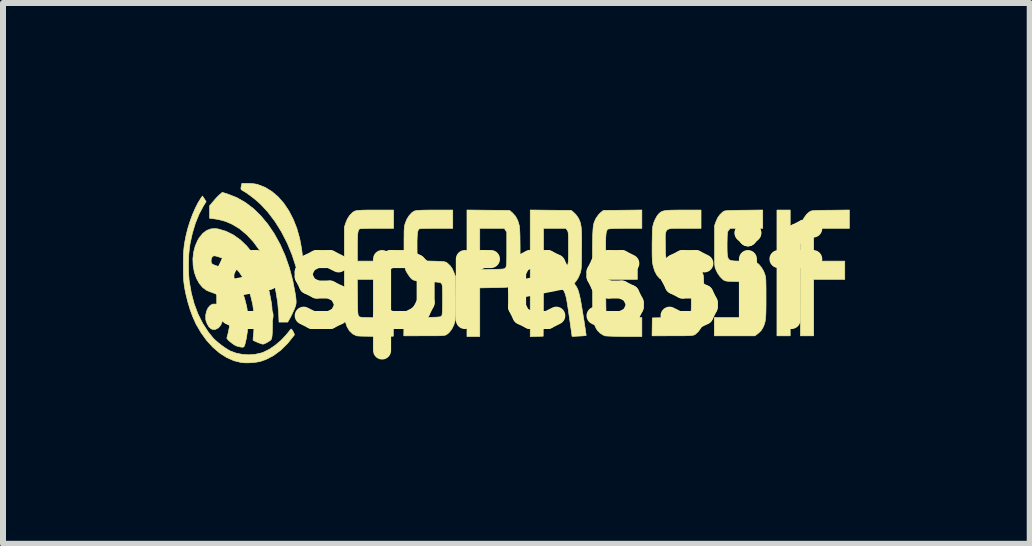
<source format=kicad_pcb>
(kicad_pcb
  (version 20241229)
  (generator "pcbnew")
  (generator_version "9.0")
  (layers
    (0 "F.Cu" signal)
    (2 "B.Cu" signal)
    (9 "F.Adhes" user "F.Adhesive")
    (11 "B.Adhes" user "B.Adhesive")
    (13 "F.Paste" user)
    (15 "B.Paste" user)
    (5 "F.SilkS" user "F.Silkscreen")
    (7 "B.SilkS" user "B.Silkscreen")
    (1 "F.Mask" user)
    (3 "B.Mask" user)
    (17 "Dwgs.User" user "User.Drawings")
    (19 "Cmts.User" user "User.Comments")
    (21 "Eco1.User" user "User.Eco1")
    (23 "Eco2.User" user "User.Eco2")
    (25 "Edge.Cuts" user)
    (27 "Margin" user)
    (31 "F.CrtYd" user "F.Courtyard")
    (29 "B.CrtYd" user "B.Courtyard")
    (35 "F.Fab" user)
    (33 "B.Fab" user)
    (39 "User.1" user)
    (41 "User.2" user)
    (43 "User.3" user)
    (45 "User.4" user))
  (footprint "espressif"
    (layer "F.Cu")
    (at 5.53 1.593)
    (property "Reference" "espressif" (at 0 0 0) (layer "F.SilkS") (effects (font (size 1.524 1.524) (thickness 0.3))))
    (attr through_hole)
    (fp_poly (pts (xy 4.587 0.953) (xy 4.366 0.953) (xy 4.366 -1.143) (xy 4.587 -1.143) (xy 4.587 0.953)) (stroke (width 0.01) (type solid)) (fill yes) (layer "F.SilkS"))
    (fp_poly (pts (xy -4.984 0.424) (xy -4.941 0.447) (xy -4.907 0.487) (xy -4.883 0.539) (xy -4.871 0.597) (xy -4.869 0.659) (xy -4.879 0.719) (xy -4.901 0.773) (xy -4.935 0.815) (xy -4.944 0.822) (xy -4.992 0.847) (xy -5.039 0.846) (xy -5.067 0.833) (xy -5.099 0.802) (xy -5.127 0.755) (xy -5.147 0.703) (xy -5.152 0.676) (xy -5.152 0.605) (xy -5.138 0.541) (xy -5.113 0.487) (xy -5.078 0.447) (xy -5.036 0.424) (xy -4.991 0.423) (xy -4.984 0.424)) (stroke (width 0.01) (type solid)) (fill yes) (layer "F.SilkS"))
    (fp_poly (pts (xy 5.573 -0.838) (xy 5.02 -0.838) (xy 4.999 -0.807) (xy 4.992 -0.796) (xy 4.986 -0.783) (xy 4.983 -0.767) (xy 4.98 -0.741) (xy 4.979 -0.704) (xy 4.978 -0.651) (xy 4.978 -0.578) (xy 4.978 -0.534) (xy 4.978 -0.292) (xy 5.496 -0.292) (xy 5.496 0.013) (xy 4.978 0.013) (xy 4.978 0.953) (xy 4.757 0.953) (xy 4.759 0.041) (xy 4.761 -0.87) (xy 4.782 -0.932) (xy 4.818 -1.014) (xy 4.865 -1.077) (xy 4.899 -1.106) (xy 4.91 -1.114) (xy 4.92 -1.12) (xy 4.932 -1.126) (xy 4.948 -1.13) (xy 4.969 -1.133) (xy 4.997 -1.135) (xy 5.033 -1.137) (xy 5.081 -1.138) (xy 5.14 -1.139) (xy 5.214 -1.14) (xy 5.256 -1.14) (xy 5.573 -1.144) (xy 5.573 -0.838)) (stroke (width 0.01) (type solid)) (fill yes) (layer "F.SilkS"))
    (fp_poly (pts (xy -4.786 -1.41) (xy -4.637 -1.352) (xy -4.494 -1.271) (xy -4.359 -1.169) (xy -4.233 -1.046) (xy -4.116 -0.905) (xy -4.009 -0.747) (xy -3.913 -0.572) (xy -3.829 -0.383) (xy -3.758 -0.18) (xy -3.701 0.036) (xy -3.662 0.241) (xy -3.651 0.313) (xy -3.646 0.366) (xy -3.646 0.409) (xy -3.653 0.447) (xy -3.668 0.488) (xy -3.685 0.528) (xy -3.708 0.578) (xy -3.732 0.628) (xy -3.753 0.667) (xy -3.756 0.671) (xy -3.786 0.724) (xy -3.931 0.724) (xy -3.936 0.594) (xy -3.953 0.395) (xy -3.985 0.202) (xy -4.032 0.017) (xy -4.094 -0.159) (xy -4.169 -0.323) (xy -4.256 -0.474) (xy -4.355 -0.61) (xy -4.464 -0.728) (xy -4.583 -0.828) (xy -4.596 -0.837) (xy -4.709 -0.905) (xy -4.824 -0.955) (xy -4.947 -0.987) (xy -5.014 -0.997) (xy -5.088 -1.006) (xy -5.088 -1.213) (xy -5.025 -1.289) (xy -4.991 -1.328) (xy -4.957 -1.365) (xy -4.927 -1.394) (xy -4.919 -1.401) (xy -4.876 -1.438) (xy -4.786 -1.41)) (stroke (width 0.01) (type solid)) (fill yes) (layer "F.SilkS"))
    (fp_poly (pts (xy -4.403 -1.586) (xy -4.352 -1.581) (xy -4.307 -1.574) (xy -4.284 -1.568) (xy -4.164 -1.522) (xy -4.051 -1.453) (xy -3.947 -1.365) (xy -3.852 -1.257) (xy -3.768 -1.132) (xy -3.695 -0.992) (xy -3.634 -0.838) (xy -3.587 -0.671) (xy -3.554 -0.494) (xy -3.543 -0.401) (xy -3.539 -0.34) (xy -3.536 -0.276) (xy -3.534 -0.213) (xy -3.535 -0.157) (xy -3.537 -0.115) (xy -3.541 -0.093) (xy -3.552 -0.079) (xy -3.573 -0.063) (xy -3.593 -0.053) (xy -3.601 -0.051) (xy -3.606 -0.062) (xy -3.616 -0.092) (xy -3.63 -0.136) (xy -3.645 -0.187) (xy -3.712 -0.394) (xy -3.794 -0.593) (xy -3.89 -0.78) (xy -3.998 -0.953) (xy -4.117 -1.11) (xy -4.222 -1.224) (xy -4.266 -1.266) (xy -4.319 -1.312) (xy -4.375 -1.357) (xy -4.43 -1.398) (xy -4.479 -1.433) (xy -4.515 -1.455) (xy -4.544 -1.471) (xy -4.56 -1.484) (xy -4.566 -1.5) (xy -4.564 -1.522) (xy -4.56 -1.54) (xy -4.55 -1.587) (xy -4.451 -1.587) (xy -4.403 -1.586)) (stroke (width 0.01) (type solid)) (fill yes) (layer "F.SilkS"))
    (fp_poly (pts (xy -0.444 -1.14) (xy -0.089 -1.137) (xy -0.042 -1.097) (xy 0.009 -1.04) (xy 0.048 -0.968) (xy 0.072 -0.886) (xy 0.077 -0.847) (xy 0.081 -0.787) (xy 0.084 -0.712) (xy 0.085 -0.626) (xy 0.086 -0.533) (xy 0.086 -0.438) (xy 0.085 -0.346) (xy 0.083 -0.262) (xy 0.079 -0.189) (xy 0.075 -0.133) (xy 0.071 -0.102) (xy 0.047 -0.03) (xy 0.011 0.037) (xy -0.033 0.092) (xy -0.061 0.116) (xy -0.075 0.125) (xy -0.088 0.132) (xy -0.104 0.137) (xy -0.123 0.141) (xy -0.149 0.144) (xy -0.183 0.146) (xy -0.227 0.148) (xy -0.285 0.149) (xy -0.346 0.15) (xy -0.586 0.154) (xy -0.586 0.965) (xy -0.799 0.965) (xy -0.799 -0.838) (xy -0.586 -0.838) (xy -0.586 -0.151) (xy -0.377 -0.155) (xy -0.312 -0.156) (xy -0.262 -0.157) (xy -0.225 -0.159) (xy -0.199 -0.161) (xy -0.18 -0.165) (xy -0.168 -0.169) (xy -0.161 -0.175) (xy -0.155 -0.183) (xy -0.152 -0.189) (xy -0.147 -0.2) (xy -0.143 -0.215) (xy -0.14 -0.237) (xy -0.138 -0.269) (xy -0.137 -0.315) (xy -0.136 -0.378) (xy -0.136 -0.461) (xy -0.136 -0.497) (xy -0.136 -0.776) (xy -0.157 -0.807) (xy -0.178 -0.838) (xy -0.586 -0.838) (xy -0.799 -0.838) (xy -0.799 -1.144) (xy -0.444 -1.14)) (stroke (width 0.01) (type solid)) (fill yes) (layer "F.SilkS"))
    (fp_poly (pts (xy -2.022 -0.838) (xy -2.297 -0.838) (xy -2.364 -0.838) (xy -2.427 -0.837) (xy -2.481 -0.836) (xy -2.527 -0.835) (xy -2.561 -0.833) (xy -2.582 -0.831) (xy -2.586 -0.83) (xy -2.599 -0.819) (xy -2.609 -0.8) (xy -2.616 -0.77) (xy -2.621 -0.727) (xy -2.623 -0.666) (xy -2.625 -0.585) (xy -2.625 -0.521) (xy -2.625 -0.292) (xy -2.098 -0.292) (xy -2.098 0.013) (xy -2.626 0.013) (xy -2.623 0.303) (xy -2.622 0.398) (xy -2.621 0.47) (xy -2.62 0.523) (xy -2.618 0.561) (xy -2.615 0.587) (xy -2.612 0.604) (xy -2.607 0.616) (xy -2.605 0.621) (xy -2.6 0.628) (xy -2.593 0.634) (xy -2.584 0.638) (xy -2.57 0.642) (xy -2.548 0.645) (xy -2.519 0.647) (xy -2.478 0.648) (xy -2.426 0.649) (xy -2.36 0.65) (xy -2.307 0.651) (xy -2.026 0.654) (xy -2.026 0.959) (xy -2.315 0.961) (xy -2.385 0.961) (xy -2.451 0.96) (xy -2.511 0.959) (xy -2.563 0.958) (xy -2.603 0.956) (xy -2.631 0.953) (xy -2.641 0.952) (xy -2.703 0.921) (xy -2.756 0.871) (xy -2.797 0.802) (xy -2.826 0.718) (xy -2.829 0.703) (xy -2.832 0.687) (xy -2.834 0.667) (xy -2.836 0.641) (xy -2.838 0.608) (xy -2.839 0.564) (xy -2.84 0.509) (xy -2.841 0.439) (xy -2.841 0.354) (xy -2.841 0.25) (xy -2.842 0.126) (xy -2.842 -0.02) (xy -2.842 -0.102) (xy -2.842 -0.857) (xy -2.821 -0.924) (xy -2.792 -0.994) (xy -2.752 -1.056) (xy -2.705 -1.103) (xy -2.676 -1.122) (xy -2.662 -1.127) (xy -2.645 -1.132) (xy -2.624 -1.136) (xy -2.597 -1.138) (xy -2.561 -1.14) (xy -2.515 -1.142) (xy -2.457 -1.143) (xy -2.385 -1.143) (xy -2.327 -1.143) (xy -2.022 -1.143) (xy -2.022 -0.838)) (stroke (width 0.01) (type solid)) (fill yes) (layer "F.SilkS"))
    (fp_poly (pts (xy 2.115 -0.838) (xy 1.837 -0.838) (xy 1.754 -0.837) (xy 1.687 -0.836) (xy 1.634 -0.835) (xy 1.595 -0.832) (xy 1.568 -0.829) (xy 1.551 -0.825) (xy 1.545 -0.822) (xy 1.534 -0.806) (xy 1.526 -0.787) (xy 1.52 -0.76) (xy 1.516 -0.721) (xy 1.513 -0.668) (xy 1.512 -0.596) (xy 1.512 -0.522) (xy 1.512 -0.292) (xy 2.039 -0.292) (xy 2.039 0.013) (xy 1.511 0.013) (xy 1.514 0.303) (xy 1.515 0.398) (xy 1.516 0.47) (xy 1.517 0.523) (xy 1.519 0.561) (xy 1.522 0.587) (xy 1.525 0.604) (xy 1.53 0.616) (xy 1.533 0.621) (xy 1.537 0.628) (xy 1.543 0.634) (xy 1.553 0.639) (xy 1.566 0.642) (xy 1.587 0.644) (xy 1.616 0.646) (xy 1.655 0.647) (xy 1.706 0.647) (xy 1.771 0.648) (xy 1.832 0.648) (xy 2.115 0.648) (xy 2.115 0.965) (xy 1.824 0.964) (xy 1.754 0.963) (xy 1.688 0.962) (xy 1.627 0.96) (xy 1.576 0.958) (xy 1.535 0.956) (xy 1.507 0.954) (xy 1.497 0.952) (xy 1.457 0.933) (xy 1.416 0.904) (xy 1.38 0.868) (xy 1.354 0.832) (xy 1.354 0.831) (xy 1.339 0.796) (xy 1.322 0.751) (xy 1.315 0.73) (xy 1.311 0.716) (xy 1.307 0.702) (xy 1.304 0.686) (xy 1.302 0.665) (xy 1.3 0.639) (xy 1.298 0.603) (xy 1.297 0.557) (xy 1.296 0.498) (xy 1.295 0.424) (xy 1.294 0.333) (xy 1.294 0.222) (xy 1.293 0.09) (xy 1.293 -0.03) (xy 1.292 -0.198) (xy 1.292 -0.344) (xy 1.292 -0.468) (xy 1.293 -0.572) (xy 1.294 -0.659) (xy 1.296 -0.731) (xy 1.299 -0.789) (xy 1.302 -0.835) (xy 1.306 -0.872) (xy 1.311 -0.902) (xy 1.317 -0.926) (xy 1.321 -0.941) (xy 1.353 -1.01) (xy 1.397 -1.07) (xy 1.431 -1.103) (xy 1.474 -1.137) (xy 1.795 -1.14) (xy 2.115 -1.144) (xy 2.115 -0.838)) (stroke (width 0.01) (type solid)) (fill yes) (layer "F.SilkS"))
    (fp_poly (pts (xy -5.176 -1.331) (xy -5.145 -1.284) (xy -5.191 -1.211) (xy -5.263 -1.075) (xy -5.325 -0.922) (xy -5.375 -0.756) (xy -5.413 -0.582) (xy -5.425 -0.496) (xy -5.434 -0.405) (xy -5.438 -0.298) (xy -5.439 -0.184) (xy -5.436 -0.074) (xy -5.429 0.023) (xy -5.425 0.052) (xy -5.392 0.241) (xy -5.344 0.421) (xy -5.281 0.589) (xy -5.203 0.745) (xy -5.112 0.886) (xy -5.032 0.986) (xy -4.996 1.022) (xy -4.949 1.063) (xy -4.896 1.105) (xy -4.841 1.145) (xy -4.789 1.179) (xy -4.745 1.204) (xy -4.743 1.205) (xy -4.646 1.241) (xy -4.541 1.262) (xy -4.431 1.269) (xy -4.324 1.26) (xy -4.222 1.237) (xy -4.192 1.226) (xy -4.094 1.178) (xy -3.995 1.111) (xy -3.899 1.03) (xy -3.812 0.938) (xy -3.772 0.889) (xy -3.751 0.862) (xy -3.735 0.844) (xy -3.729 0.838) (xy -3.718 0.847) (xy -3.704 0.868) (xy -3.689 0.895) (xy -3.678 0.92) (xy -3.674 0.937) (xy -3.675 0.938) (xy -3.785 1.076) (xy -3.901 1.191) (xy -4.022 1.281) (xy -4.149 1.347) (xy -4.231 1.376) (xy -4.285 1.388) (xy -4.351 1.397) (xy -4.422 1.402) (xy -4.491 1.403) (xy -4.553 1.398) (xy -4.563 1.397) (xy -4.684 1.367) (xy -4.804 1.314) (xy -4.921 1.239) (xy -5.033 1.143) (xy -5.137 1.029) (xy -5.232 0.897) (xy -5.317 0.751) (xy -5.32 0.743) (xy -5.366 0.64) (xy -5.411 0.519) (xy -5.45 0.39) (xy -5.482 0.261) (xy -5.498 0.183) (xy -5.507 0.127) (xy -5.514 0.08) (xy -5.519 0.037) (xy -5.522 -0.009) (xy -5.524 -0.063) (xy -5.525 -0.132) (xy -5.525 -0.203) (xy -5.525 -0.311) (xy -5.523 -0.4) (xy -5.518 -0.477) (xy -5.511 -0.547) (xy -5.5 -0.617) (xy -5.485 -0.694) (xy -5.478 -0.728) (xy -5.45 -0.839) (xy -5.414 -0.953) (xy -5.373 -1.066) (xy -5.327 -1.171) (xy -5.281 -1.263) (xy -5.238 -1.333) (xy -5.207 -1.377) (xy -5.176 -1.331)) (stroke (width 0.01) (type solid)) (fill yes) (layer "F.SilkS"))
    (fp_poly (pts (xy 0.597 -1.14) (xy 0.939 -1.137) (xy 0.984 -1.099) (xy 1.016 -1.067) (xy 1.045 -1.027) (xy 1.059 -1.005) (xy 1.075 -0.972) (xy 1.087 -0.94) (xy 1.096 -0.904) (xy 1.103 -0.863) (xy 1.108 -0.812) (xy 1.111 -0.748) (xy 1.112 -0.667) (xy 1.112 -0.567) (xy 1.111 -0.486) (xy 1.11 -0.386) (xy 1.11 -0.309) (xy 1.108 -0.249) (xy 1.107 -0.204) (xy 1.104 -0.171) (xy 1.101 -0.145) (xy 1.097 -0.124) (xy 1.091 -0.103) (xy 1.086 -0.088) (xy 1.058 -0.02) (xy 1.025 0.032) (xy 0.987 0.08) (xy 1.016 0.121) (xy 1.032 0.147) (xy 1.047 0.179) (xy 1.061 0.219) (xy 1.074 0.27) (xy 1.089 0.335) (xy 1.104 0.417) (xy 1.121 0.519) (xy 1.138 0.622) (xy 1.152 0.708) (xy 1.164 0.786) (xy 1.174 0.852) (xy 1.181 0.903) (xy 1.186 0.936) (xy 1.187 0.947) (xy 1.178 0.949) (xy 1.156 0.951) (xy 1.125 0.954) (xy 1.088 0.956) (xy 1.049 0.958) (xy 1.013 0.96) (xy 0.982 0.962) (xy 0.96 0.962) (xy 0.951 0.961) (xy 0.951 0.961) (xy 0.95 0.948) (xy 0.945 0.913) (xy 0.938 0.86) (xy 0.928 0.792) (xy 0.917 0.713) (xy 0.905 0.631) (xy 0.889 0.518) (xy 0.875 0.427) (xy 0.863 0.355) (xy 0.851 0.3) (xy 0.839 0.257) (xy 0.827 0.225) (xy 0.814 0.2) (xy 0.798 0.18) (xy 0.791 0.172) (xy 0.764 0.15) (xy 0.733 0.133) (xy 0.694 0.123) (xy 0.645 0.117) (xy 0.582 0.115) (xy 0.58 0.115) (xy 0.476 0.114) (xy 0.474 0.537) (xy 0.471 0.959) (xy 0.255 0.966) (xy 0.255 -0.838) (xy 0.476 -0.838) (xy 0.476 -0.191) (xy 0.857 -0.191) (xy 0.874 -0.224) (xy 0.88 -0.237) (xy 0.885 -0.252) (xy 0.888 -0.273) (xy 0.89 -0.303) (xy 0.891 -0.347) (xy 0.892 -0.408) (xy 0.892 -0.489) (xy 0.892 -0.517) (xy 0.892 -0.604) (xy 0.892 -0.669) (xy 0.891 -0.717) (xy 0.889 -0.75) (xy 0.886 -0.772) (xy 0.882 -0.787) (xy 0.877 -0.798) (xy 0.871 -0.807) (xy 0.85 -0.838) (xy 0.476 -0.838) (xy 0.255 -0.838) (xy 0.255 -1.144) (xy 0.597 -1.14)) (stroke (width 0.01) (type solid)) (fill yes) (layer "F.SilkS"))
    (fp_poly (pts (xy -4.945 -0.828) (xy -4.815 -0.79) (xy -4.692 -0.729) (xy -4.576 -0.647) (xy -4.469 -0.544) (xy -4.371 -0.424) (xy -4.284 -0.286) (xy -4.208 -0.132) (xy -4.144 0.037) (xy -4.093 0.218) (xy -4.056 0.412) (xy -4.055 0.422) (xy -4.049 0.477) (xy -4.045 0.548) (xy -4.042 0.63) (xy -4.04 0.716) (xy -4.04 0.799) (xy -4.042 0.875) (xy -4.045 0.936) (xy -4.049 0.97) (xy -4.054 0.996) (xy -4.062 1.014) (xy -4.077 1.03) (xy -4.103 1.047) (xy -4.116 1.055) (xy -4.148 1.073) (xy -4.177 1.086) (xy -4.196 1.091) (xy -4.197 1.092) (xy -4.213 1.089) (xy -4.239 1.08) (xy -4.271 1.069) (xy -4.304 1.055) (xy -4.333 1.042) (xy -4.355 1.032) (xy -4.363 1.025) (xy -4.363 1.011) (xy -4.361 0.978) (xy -4.356 0.931) (xy -4.353 0.9) (xy -4.343 0.74) (xy -4.348 0.582) (xy -4.369 0.428) (xy -4.405 0.28) (xy -4.454 0.141) (xy -4.515 0.013) (xy -4.588 -0.101) (xy -4.673 -0.199) (xy -4.767 -0.28) (xy -4.801 -0.302) (xy -4.841 -0.324) (xy -4.887 -0.345) (xy -4.934 -0.362) (xy -4.977 -0.375) (xy -5.01 -0.381) (xy -5.015 -0.381) (xy -5.038 -0.37) (xy -5.055 -0.343) (xy -5.063 -0.307) (xy -5.06 -0.271) (xy -5.051 -0.251) (xy -5.038 -0.241) (xy -5.012 -0.228) (xy -4.979 -0.216) (xy -4.964 -0.211) (xy -4.867 -0.171) (xy -4.776 -0.108) (xy -4.693 -0.025) (xy -4.62 0.075) (xy -4.557 0.191) (xy -4.507 0.32) (xy -4.471 0.459) (xy -4.463 0.505) (xy -4.451 0.62) (xy -4.449 0.746) (xy -4.457 0.873) (xy -4.475 0.994) (xy -4.495 1.08) (xy -4.506 1.117) (xy -4.516 1.135) (xy -4.529 1.141) (xy -4.548 1.142) (xy -4.576 1.138) (xy -4.611 1.13) (xy -4.635 1.123) (xy -4.661 1.112) (xy -4.692 1.092) (xy -4.725 1.068) (xy -4.756 1.043) (xy -4.781 1.019) (xy -4.796 1) (xy -4.8 0.991) (xy -4.796 0.974) (xy -4.788 0.943) (xy -4.782 0.922) (xy -4.76 0.817) (xy -4.753 0.713) (xy -4.761 0.612) (xy -4.783 0.517) (xy -4.818 0.431) (xy -4.865 0.357) (xy -4.923 0.296) (xy -4.991 0.251) (xy -5.055 0.228) (xy -5.133 0.198) (xy -5.202 0.148) (xy -5.26 0.079) (xy -5.307 -0.007) (xy -5.342 -0.108) (xy -5.362 -0.221) (xy -5.366 -0.331) (xy -5.354 -0.44) (xy -5.327 -0.543) (xy -5.286 -0.638) (xy -5.257 -0.686) (xy -5.198 -0.757) (xy -5.134 -0.804) (xy -5.063 -0.83) (xy -4.985 -0.834) (xy -4.945 -0.828)) (stroke (width 0.01) (type solid)) (fill yes) (layer "F.SilkS"))
    (fp_poly (pts (xy 4.129 -0.838) (xy 3.857 -0.838) (xy 3.586 -0.838) (xy 3.562 -0.808) (xy 3.552 -0.795) (xy 3.546 -0.781) (xy 3.541 -0.763) (xy 3.539 -0.735) (xy 3.537 -0.692) (xy 3.536 -0.631) (xy 3.535 -0.602) (xy 3.535 -0.519) (xy 3.536 -0.45) (xy 3.539 -0.4) (xy 3.542 -0.379) (xy 3.548 -0.353) (xy 3.556 -0.333) (xy 3.568 -0.318) (xy 3.586 -0.307) (xy 3.612 -0.3) (xy 3.648 -0.295) (xy 3.696 -0.293) (xy 3.758 -0.292) (xy 3.791 -0.292) (xy 3.858 -0.292) (xy 3.91 -0.29) (xy 3.949 -0.288) (xy 3.979 -0.285) (xy 4.002 -0.279) (xy 4.019 -0.273) (xy 4.021 -0.272) (xy 4.064 -0.239) (xy 4.106 -0.189) (xy 4.142 -0.128) (xy 4.164 -0.073) (xy 4.17 -0.052) (xy 4.175 -0.031) (xy 4.178 -0.008) (xy 4.181 0.021) (xy 4.182 0.06) (xy 4.183 0.112) (xy 4.184 0.181) (xy 4.184 0.27) (xy 4.184 0.318) (xy 4.184 0.43) (xy 4.183 0.52) (xy 4.181 0.592) (xy 4.177 0.649) (xy 4.172 0.694) (xy 4.165 0.73) (xy 4.155 0.762) (xy 4.143 0.793) (xy 4.133 0.815) (xy 4.102 0.865) (xy 4.06 0.906) (xy 4.051 0.913) (xy 3.998 0.953) (xy 3.322 0.953) (xy 3.322 0.648) (xy 3.626 0.648) (xy 3.706 0.648) (xy 3.771 0.647) (xy 3.822 0.647) (xy 3.861 0.646) (xy 3.89 0.644) (xy 3.911 0.642) (xy 3.926 0.639) (xy 3.935 0.634) (xy 3.941 0.629) (xy 3.946 0.622) (xy 3.947 0.621) (xy 3.953 0.609) (xy 3.957 0.592) (xy 3.96 0.568) (xy 3.962 0.53) (xy 3.964 0.477) (xy 3.965 0.404) (xy 3.966 0.368) (xy 3.966 0.271) (xy 3.965 0.197) (xy 3.962 0.142) (xy 3.956 0.104) (xy 3.947 0.079) (xy 3.935 0.064) (xy 3.922 0.058) (xy 3.909 0.056) (xy 3.881 0.054) (xy 3.841 0.052) (xy 3.792 0.05) (xy 3.737 0.048) (xy 3.704 0.048) (xy 3.64 0.047) (xy 3.592 0.045) (xy 3.555 0.044) (xy 3.528 0.041) (xy 3.508 0.037) (xy 3.492 0.031) (xy 3.479 0.024) (xy 3.466 0.014) (xy 3.461 0.01) (xy 3.415 -0.037) (xy 3.372 -0.1) (xy 3.341 -0.168) (xy 3.336 -0.183) (xy 3.333 -0.201) (xy 3.33 -0.226) (xy 3.328 -0.261) (xy 3.327 -0.31) (xy 3.326 -0.374) (xy 3.326 -0.458) (xy 3.326 -0.546) (xy 3.326 -0.883) (xy 3.349 -0.948) (xy 3.379 -1.015) (xy 3.419 -1.07) (xy 3.461 -1.109) (xy 3.47 -1.116) (xy 3.48 -1.122) (xy 3.492 -1.127) (xy 3.509 -1.13) (xy 3.531 -1.133) (xy 3.56 -1.135) (xy 3.599 -1.137) (xy 3.649 -1.138) (xy 3.712 -1.139) (xy 3.79 -1.14) (xy 3.812 -1.14) (xy 4.129 -1.144) (xy 4.129 -0.838)) (stroke (width 0.01) (type solid)) (fill yes) (layer "F.SilkS"))
    (fp_poly (pts (xy -1.036 -0.838) (xy -1.308 -0.838) (xy -1.374 -0.838) (xy -1.436 -0.837) (xy -1.49 -0.836) (xy -1.535 -0.835) (xy -1.569 -0.833) (xy -1.588 -0.831) (xy -1.592 -0.83) (xy -1.606 -0.817) (xy -1.617 -0.795) (xy -1.624 -0.759) (xy -1.628 -0.707) (xy -1.631 -0.635) (xy -1.631 -0.56) (xy -1.631 -0.486) (xy -1.63 -0.434) (xy -1.629 -0.397) (xy -1.626 -0.373) (xy -1.621 -0.355) (xy -1.614 -0.34) (xy -1.611 -0.334) (xy -1.59 -0.298) (xy -1.375 -0.292) (xy -1.308 -0.29) (xy -1.256 -0.288) (xy -1.217 -0.286) (xy -1.187 -0.283) (xy -1.166 -0.279) (xy -1.15 -0.274) (xy -1.137 -0.267) (xy -1.126 -0.259) (xy -1.125 -0.258) (xy -1.078 -0.214) (xy -1.043 -0.163) (xy -1.015 -0.099) (xy -0.99 -0.032) (xy -0.987 0.302) (xy -0.986 0.409) (xy -0.986 0.495) (xy -0.987 0.561) (xy -0.988 0.612) (xy -0.991 0.651) (xy -0.994 0.682) (xy -0.997 0.703) (xy -1.019 0.775) (xy -1.053 0.842) (xy -1.096 0.897) (xy -1.125 0.922) (xy -1.136 0.93) (xy -1.147 0.936) (xy -1.159 0.941) (xy -1.174 0.945) (xy -1.194 0.947) (xy -1.221 0.949) (xy -1.256 0.951) (xy -1.301 0.952) (xy -1.358 0.952) (xy -1.428 0.952) (xy -1.51 0.952) (xy -1.852 0.953) (xy -1.85 0.803) (xy -1.848 0.654) (xy -1.539 0.648) (xy -1.458 0.646) (xy -1.393 0.644) (xy -1.341 0.643) (xy -1.301 0.641) (xy -1.272 0.639) (xy -1.251 0.636) (xy -1.236 0.632) (xy -1.227 0.628) (xy -1.222 0.622) (xy -1.218 0.617) (xy -1.214 0.602) (xy -1.211 0.576) (xy -1.208 0.537) (xy -1.207 0.48) (xy -1.206 0.403) (xy -1.206 0.349) (xy -1.206 0.264) (xy -1.207 0.201) (xy -1.208 0.156) (xy -1.21 0.126) (xy -1.213 0.106) (xy -1.217 0.093) (xy -1.223 0.083) (xy -1.224 0.081) (xy -1.231 0.074) (xy -1.24 0.068) (xy -1.255 0.063) (xy -1.276 0.06) (xy -1.306 0.057) (xy -1.347 0.054) (xy -1.401 0.052) (xy -1.451 0.051) (xy -1.525 0.048) (xy -1.583 0.045) (xy -1.629 0.04) (xy -1.665 0.032) (xy -1.694 0.021) (xy -1.718 0.007) (xy -1.738 -0.013) (xy -1.758 -0.039) (xy -1.775 -0.064) (xy -1.796 -0.096) (xy -1.813 -0.126) (xy -1.825 -0.157) (xy -1.834 -0.193) (xy -1.841 -0.238) (xy -1.845 -0.294) (xy -1.847 -0.365) (xy -1.848 -0.456) (xy -1.848 -0.546) (xy -1.848 -0.643) (xy -1.847 -0.719) (xy -1.847 -0.776) (xy -1.845 -0.819) (xy -1.843 -0.851) (xy -1.84 -0.876) (xy -1.835 -0.897) (xy -1.829 -0.919) (xy -1.827 -0.924) (xy -1.8 -0.992) (xy -1.761 -1.052) (xy -1.717 -1.1) (xy -1.68 -1.124) (xy -1.665 -1.129) (xy -1.645 -1.133) (xy -1.619 -1.137) (xy -1.584 -1.139) (xy -1.54 -1.141) (xy -1.484 -1.142) (xy -1.414 -1.143) (xy -1.336 -1.143) (xy -1.036 -1.143) (xy -1.036 -0.838)) (stroke (width 0.01) (type solid)) (fill yes) (layer "F.SilkS"))
    (fp_poly (pts (xy 3.101 -0.838) (xy 2.825 -0.838) (xy 2.742 -0.839) (xy 2.675 -0.838) (xy 2.622 -0.837) (xy 2.581 -0.832) (xy 2.55 -0.822) (xy 2.529 -0.806) (xy 2.516 -0.782) (xy 2.508 -0.749) (xy 2.505 -0.706) (xy 2.505 -0.651) (xy 2.507 -0.582) (xy 2.507 -0.542) (xy 2.508 -0.472) (xy 2.509 -0.418) (xy 2.513 -0.376) (xy 2.52 -0.345) (xy 2.533 -0.323) (xy 2.554 -0.309) (xy 2.585 -0.301) (xy 2.626 -0.296) (xy 2.681 -0.294) (xy 2.75 -0.292) (xy 2.763 -0.292) (xy 2.829 -0.29) (xy 2.881 -0.288) (xy 2.92 -0.286) (xy 2.95 -0.283) (xy 2.971 -0.279) (xy 2.987 -0.274) (xy 3 -0.267) (xy 3.013 -0.258) (xy 3.016 -0.256) (xy 3.07 -0.202) (xy 3.111 -0.133) (xy 3.127 -0.091) (xy 3.133 -0.074) (xy 3.138 -0.056) (xy 3.141 -0.037) (xy 3.144 -0.011) (xy 3.145 0.023) (xy 3.146 0.069) (xy 3.147 0.131) (xy 3.147 0.211) (xy 3.147 0.313) (xy 3.147 0.337) (xy 3.147 0.443) (xy 3.147 0.528) (xy 3.147 0.593) (xy 3.145 0.642) (xy 3.144 0.679) (xy 3.141 0.705) (xy 3.138 0.725) (xy 3.134 0.741) (xy 3.129 0.756) (xy 3.098 0.822) (xy 3.056 0.881) (xy 3.01 0.924) (xy 3.007 0.926) (xy 2.997 0.933) (xy 2.986 0.938) (xy 2.972 0.942) (xy 2.955 0.945) (xy 2.931 0.948) (xy 2.9 0.95) (xy 2.859 0.951) (xy 2.808 0.952) (xy 2.743 0.952) (xy 2.664 0.952) (xy 2.627 0.952) (xy 2.285 0.953) (xy 2.289 0.654) (xy 2.598 0.648) (xy 2.679 0.646) (xy 2.744 0.644) (xy 2.796 0.643) (xy 2.836 0.641) (xy 2.865 0.639) (xy 2.887 0.636) (xy 2.901 0.632) (xy 2.91 0.628) (xy 2.915 0.622) (xy 2.919 0.617) (xy 2.927 0.597) (xy 2.932 0.57) (xy 2.936 0.535) (xy 2.938 0.485) (xy 2.939 0.419) (xy 2.938 0.332) (xy 2.938 0.315) (xy 2.937 0.239) (xy 2.935 0.185) (xy 2.933 0.147) (xy 2.93 0.122) (xy 2.925 0.104) (xy 2.919 0.091) (xy 2.914 0.084) (xy 2.894 0.051) (xy 2.706 0.051) (xy 2.629 0.05) (xy 2.567 0.048) (xy 2.52 0.044) (xy 2.487 0.038) (xy 2.474 0.034) (xy 2.415 -0.002) (xy 2.366 -0.057) (xy 2.327 -0.131) (xy 2.301 -0.222) (xy 2.297 -0.243) (xy 2.292 -0.276) (xy 2.289 -0.315) (xy 2.287 -0.362) (xy 2.286 -0.422) (xy 2.286 -0.5) (xy 2.286 -0.59) (xy 2.288 -0.679) (xy 2.289 -0.747) (xy 2.29 -0.798) (xy 2.293 -0.835) (xy 2.296 -0.864) (xy 2.301 -0.887) (xy 2.307 -0.91) (xy 2.313 -0.93) (xy 2.333 -0.979) (xy 2.359 -1.028) (xy 2.374 -1.052) (xy 2.392 -1.074) (xy 2.409 -1.092) (xy 2.428 -1.107) (xy 2.449 -1.119) (xy 2.475 -1.128) (xy 2.508 -1.134) (xy 2.549 -1.138) (xy 2.601 -1.141) (xy 2.664 -1.142) (xy 2.742 -1.143) (xy 2.8 -1.143) (xy 3.101 -1.143) (xy 3.101 -0.838)) (stroke (width 0.01) (type solid)) (fill yes) (layer "F.SilkS")))
  (gr_rect
    (start -3 -3)
    (end 14.108 6.011)
    (stroke (width 0.1) (type default))
    (fill no)
    (layer "Edge.Cuts")))
</source>
